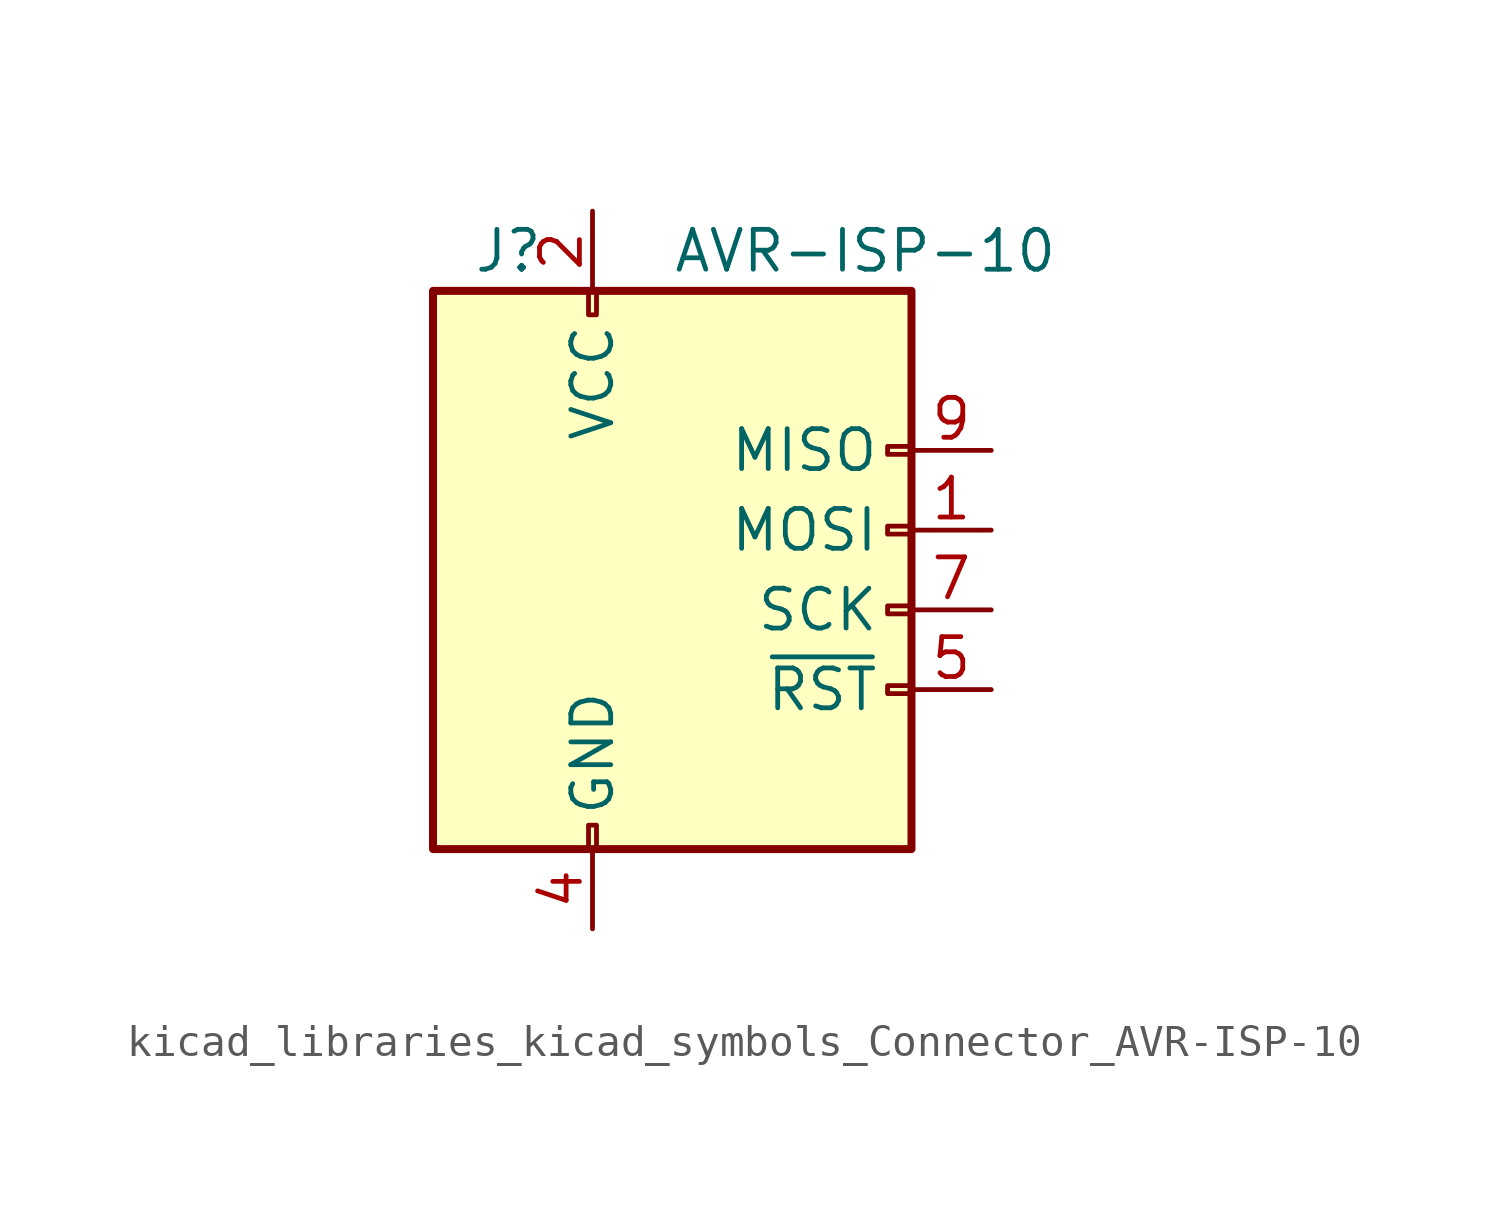
<source format=kicad_sym>
(kicad_symbol_lib
  (version 20220914)
  (generator kicad_symbol_editor)
  (symbol "kicad_libraries_kicad_symbols_Connector_AVR-ISP-10"
    (pin_names
      (offset 1.016))
    (property "Reference" "J"
      (at -6.35 11.43 0)
      (effects (font (size 1.27 1.27)) (justify left)))
    (property "Value" "AVR-ISP-10"
      (at 0 11.43 0)
      (effects (font (size 1.27 1.27)) (justify left)))
    (symbol "kicad_libraries_kicad_symbols_Connector_AVR-ISP-10_0_1"
      (rectangle (start -2.667 -6.858) (end -2.413 -7.62) (stroke (width 0) (type default)) (fill (type none)))
      (rectangle (start -2.667 10.16) (end -2.413 9.398) (stroke (width 0) (type default)) (fill (type none)))
      (rectangle (start 7.62 -2.413) (end 6.858 -2.667) (stroke (width 0) (type default)) (fill (type none)))
      (rectangle (start 7.62 0.127) (end 6.858 -0.127) (stroke (width 0) (type default)) (fill (type none)))
      (rectangle (start 7.62 2.667) (end 6.858 2.413) (stroke (width 0) (type default)) (fill (type none)))
      (rectangle (start 7.62 5.207) (end 6.858 4.953) (stroke (width 0) (type default)) (fill (type none)))
      (rectangle (start 7.62 10.16) (end -7.62 -7.62) (stroke (width 0.254) (type default)) (fill (type background))))
    (symbol "kicad_libraries_kicad_symbols_Connector_AVR-ISP-10_1_1"
      (pin passive line (at 10.16 2.54 180) (length 2.54) (name "MOSI" (effects (font (size 1.27 1.27)))) (number "1" (effects (font (size 1.27 1.27)))))
      (pin passive line (at -2.54 -10.16 90) (length 2.54) hide (name "GND" (effects (font (size 1.27 1.27)))) (number "10" (effects (font (size 1.27 1.27)))))
      (pin passive line (at -2.54 12.7 270) (length 2.54) (name "VCC" (effects (font (size 1.27 1.27)))) (number "2" (effects (font (size 1.27 1.27)))))
      (pin no_connect line (at 7.62 -5.08 180) (length 2.54) hide (name "NC" (effects (font (size 1.27 1.27)))) (number "3" (effects (font (size 1.27 1.27)))))
      (pin passive line (at -2.54 -10.16 90) (length 2.54) (name "GND" (effects (font (size 1.27 1.27)))) (number "4" (effects (font (size 1.27 1.27)))))
      (pin passive line (at 10.16 -2.54 180) (length 2.54) (name "~{RST}" (effects (font (size 1.27 1.27)))) (number "5" (effects (font (size 1.27 1.27)))))
      (pin passive line (at -2.54 -10.16 90) (length 2.54) hide (name "GND" (effects (font (size 1.27 1.27)))) (number "6" (effects (font (size 1.27 1.27)))))
      (pin passive line (at 10.16 0 180) (length 2.54) (name "SCK" (effects (font (size 1.27 1.27)))) (number "7" (effects (font (size 1.27 1.27)))))
      (pin passive line (at -2.54 -10.16 90) (length 2.54) hide (name "GND" (effects (font (size 1.27 1.27)))) (number "8" (effects (font (size 1.27 1.27)))))
      (pin passive line (at 10.16 5.08 180) (length 2.54) (name "MISO" (effects (font (size 1.27 1.27)))) (number "9" (effects (font (size 1.27 1.27))))))))
</source>
